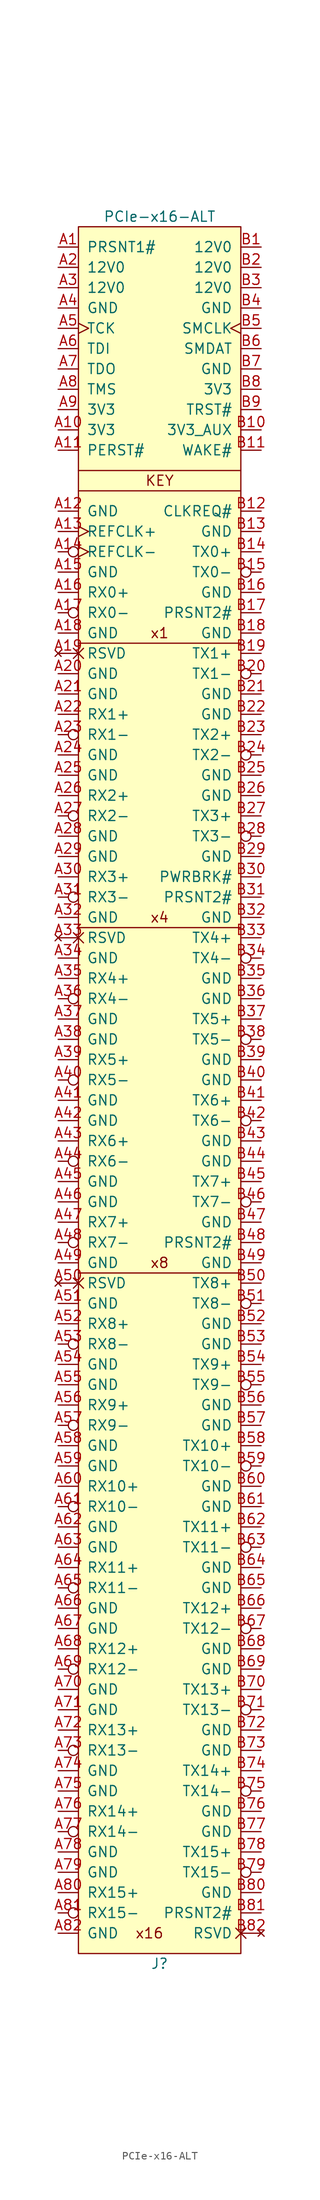
<source format=kicad_sym>
(kicad_symbol_lib
  (version 20201005)
  (generator kicad_symbol_editor)
  (symbol "lethalbit-pcie:PCIe-x16-ALT"
    (pin_names
      (offset 1.016))
    (property "Reference" "J"
      (at 0 -185.42 0)
      (effects (font (size 1.27 1.27))))
    (property "Value" "PCIe-x16-ALT"
      (at 0 33.02 0)
      (effects (font (size 1.27 1.27))))
    (symbol "PCIe-x16-ALT_0_0"
      (text "KEY" (at 0 0 0) (effects (font (size 1.27 1.27))))
      (text "x1" (at 0 -19.05 0) (effects (font (size 1.27 1.27))))
      (text "x16" (at -1.27 -181.61 0) (effects (font (size 1.27 1.27))))
      (text "x4" (at 0 -54.61 0) (effects (font (size 1.27 1.27))))
      (text "x8" (at 0 -97.79 0) (effects (font (size 1.27 1.27))))
      (polyline (pts (xy 10.16 -99.06) (xy -10.16 -99.06)) (stroke (width 0)) (fill (type none)))
      (polyline (pts (xy 10.16 -55.88) (xy -10.16 -55.88)) (stroke (width 0)) (fill (type none)))
      (polyline (pts (xy 10.16 -20.32) (xy -10.16 -20.32)) (stroke (width 0)) (fill (type none)))
      (polyline (pts (xy 10.16 1.27) (xy -10.16 1.27)) (stroke (width 0)) (fill (type none))))
    (symbol "PCIe-x16-ALT_0_1"
      (rectangle (start -10.16 -184.15) (end 10.16 31.75) (stroke (width 0)) (fill (type background)))
      (polyline (pts (xy -10.16 -1.27) (xy 10.16 -1.27)) (stroke (width 0)) (fill (type none))))
    (symbol "PCIe-x16-ALT_1_1"
      (pin passive line (at -12.7 29.21 0) (length 2.54) (name "PRSNT1#" (effects (font (size 1.27 1.27)))) (number "A1" (effects (font (size 1.27 1.27)))))
      (pin power_out line (at -12.7 6.35 0) (length 2.54) (name "3V3" (effects (font (size 1.27 1.27)))) (number "A10" (effects (font (size 1.27 1.27)))))
      (pin input line (at -12.7 3.81 0) (length 2.54) (name "PERST#" (effects (font (size 1.27 1.27)))) (number "A11" (effects (font (size 1.27 1.27)))))
      (pin passive line (at -12.7 -3.81 0) (length 2.54) (name "GND" (effects (font (size 1.27 1.27)))) (number "A12" (effects (font (size 1.27 1.27)))))
      (pin input clock (at -12.7 -6.35 0) (length 2.54) (name "REFCLK+" (effects (font (size 1.27 1.27)))) (number "A13" (effects (font (size 1.27 1.27)))))
      (pin input inverted_clock (at -12.7 -8.89 0) (length 2.54) (name "REFCLK-" (effects (font (size 1.27 1.27)))) (number "A14" (effects (font (size 1.27 1.27)))))
      (pin passive line (at -12.7 -11.43 0) (length 2.54) (name "GND" (effects (font (size 1.27 1.27)))) (number "A15" (effects (font (size 1.27 1.27)))))
      (pin input line (at -12.7 -13.97 0) (length 2.54) (name "RX0+" (effects (font (size 1.27 1.27)))) (number "A16" (effects (font (size 1.27 1.27)))))
      (pin input inverted (at -12.7 -16.51 0) (length 2.54) (name "RX0-" (effects (font (size 1.27 1.27)))) (number "A17" (effects (font (size 1.27 1.27)))))
      (pin passive line (at -12.7 -19.05 0) (length 2.54) (name "GND" (effects (font (size 1.27 1.27)))) (number "A18" (effects (font (size 1.27 1.27)))))
      (pin no_connect non_logic (at -12.7 -21.59 0) (length 2.54) (name "RSVD" (effects (font (size 1.27 1.27)))) (number "A19" (effects (font (size 1.27 1.27)))))
      (pin power_out line (at -12.7 26.67 0) (length 2.54) (name "12V0" (effects (font (size 1.27 1.27)))) (number "A2" (effects (font (size 1.27 1.27)))))
      (pin passive line (at -12.7 -24.13 0) (length 2.54) (name "GND" (effects (font (size 1.27 1.27)))) (number "A20" (effects (font (size 1.27 1.27)))))
      (pin passive line (at -12.7 -26.67 0) (length 2.54) (name "GND" (effects (font (size 1.27 1.27)))) (number "A21" (effects (font (size 1.27 1.27)))))
      (pin input line (at -12.7 -29.21 0) (length 2.54) (name "RX1+" (effects (font (size 1.27 1.27)))) (number "A22" (effects (font (size 1.27 1.27)))))
      (pin input inverted (at -12.7 -31.75 0) (length 2.54) (name "RX1-" (effects (font (size 1.27 1.27)))) (number "A23" (effects (font (size 1.27 1.27)))))
      (pin passive line (at -12.7 -34.29 0) (length 2.54) (name "GND" (effects (font (size 1.27 1.27)))) (number "A24" (effects (font (size 1.27 1.27)))))
      (pin passive line (at -12.7 -36.83 0) (length 2.54) (name "GND" (effects (font (size 1.27 1.27)))) (number "A25" (effects (font (size 1.27 1.27)))))
      (pin input line (at -12.7 -39.37 0) (length 2.54) (name "RX2+" (effects (font (size 1.27 1.27)))) (number "A26" (effects (font (size 1.27 1.27)))))
      (pin input inverted (at -12.7 -41.91 0) (length 2.54) (name "RX2-" (effects (font (size 1.27 1.27)))) (number "A27" (effects (font (size 1.27 1.27)))))
      (pin passive line (at -12.7 -44.45 0) (length 2.54) (name "GND" (effects (font (size 1.27 1.27)))) (number "A28" (effects (font (size 1.27 1.27)))))
      (pin passive line (at -12.7 -46.99 0) (length 2.54) (name "GND" (effects (font (size 1.27 1.27)))) (number "A29" (effects (font (size 1.27 1.27)))))
      (pin power_out line (at -12.7 24.13 0) (length 2.54) (name "12V0" (effects (font (size 1.27 1.27)))) (number "A3" (effects (font (size 1.27 1.27)))))
      (pin input line (at -12.7 -49.53 0) (length 2.54) (name "RX3+" (effects (font (size 1.27 1.27)))) (number "A30" (effects (font (size 1.27 1.27)))))
      (pin input inverted (at -12.7 -52.07 0) (length 2.54) (name "RX3-" (effects (font (size 1.27 1.27)))) (number "A31" (effects (font (size 1.27 1.27)))))
      (pin passive line (at -12.7 -54.61 0) (length 2.54) (name "GND" (effects (font (size 1.27 1.27)))) (number "A32" (effects (font (size 1.27 1.27)))))
      (pin no_connect non_logic (at -12.7 -57.15 0) (length 2.54) (name "RSVD" (effects (font (size 1.27 1.27)))) (number "A33" (effects (font (size 1.27 1.27)))))
      (pin passive line (at -12.7 -59.69 0) (length 2.54) (name "GND" (effects (font (size 1.27 1.27)))) (number "A34" (effects (font (size 1.27 1.27)))))
      (pin input line (at -12.7 -62.23 0) (length 2.54) (name "RX4+" (effects (font (size 1.27 1.27)))) (number "A35" (effects (font (size 1.27 1.27)))))
      (pin input inverted (at -12.7 -64.77 0) (length 2.54) (name "RX4-" (effects (font (size 1.27 1.27)))) (number "A36" (effects (font (size 1.27 1.27)))))
      (pin passive line (at -12.7 -67.31 0) (length 2.54) (name "GND" (effects (font (size 1.27 1.27)))) (number "A37" (effects (font (size 1.27 1.27)))))
      (pin passive line (at -12.7 -69.85 0) (length 2.54) (name "GND" (effects (font (size 1.27 1.27)))) (number "A38" (effects (font (size 1.27 1.27)))))
      (pin input line (at -12.7 -72.39 0) (length 2.54) (name "RX5+" (effects (font (size 1.27 1.27)))) (number "A39" (effects (font (size 1.27 1.27)))))
      (pin passive line (at -12.7 21.59 0) (length 2.54) (name "GND" (effects (font (size 1.27 1.27)))) (number "A4" (effects (font (size 1.27 1.27)))))
      (pin input inverted (at -12.7 -74.93 0) (length 2.54) (name "RX5-" (effects (font (size 1.27 1.27)))) (number "A40" (effects (font (size 1.27 1.27)))))
      (pin passive line (at -12.7 -77.47 0) (length 2.54) (name "GND" (effects (font (size 1.27 1.27)))) (number "A41" (effects (font (size 1.27 1.27)))))
      (pin passive line (at -12.7 -80.01 0) (length 2.54) (name "GND" (effects (font (size 1.27 1.27)))) (number "A42" (effects (font (size 1.27 1.27)))))
      (pin input line (at -12.7 -82.55 0) (length 2.54) (name "RX6+" (effects (font (size 1.27 1.27)))) (number "A43" (effects (font (size 1.27 1.27)))))
      (pin input inverted (at -12.7 -85.09 0) (length 2.54) (name "RX6-" (effects (font (size 1.27 1.27)))) (number "A44" (effects (font (size 1.27 1.27)))))
      (pin passive line (at -12.7 -87.63 0) (length 2.54) (name "GND" (effects (font (size 1.27 1.27)))) (number "A45" (effects (font (size 1.27 1.27)))))
      (pin passive line (at -12.7 -90.17 0) (length 2.54) (name "GND" (effects (font (size 1.27 1.27)))) (number "A46" (effects (font (size 1.27 1.27)))))
      (pin input line (at -12.7 -92.71 0) (length 2.54) (name "RX7+" (effects (font (size 1.27 1.27)))) (number "A47" (effects (font (size 1.27 1.27)))))
      (pin input inverted (at -12.7 -95.25 0) (length 2.54) (name "RX7-" (effects (font (size 1.27 1.27)))) (number "A48" (effects (font (size 1.27 1.27)))))
      (pin passive line (at -12.7 -97.79 0) (length 2.54) (name "GND" (effects (font (size 1.27 1.27)))) (number "A49" (effects (font (size 1.27 1.27)))))
      (pin input clock (at -12.7 19.05 0) (length 2.54) (name "TCK" (effects (font (size 1.27 1.27)))) (number "A5" (effects (font (size 1.27 1.27)))))
      (pin no_connect non_logic (at -12.7 -100.33 0) (length 2.54) (name "RSVD" (effects (font (size 1.27 1.27)))) (number "A50" (effects (font (size 1.27 1.27)))))
      (pin passive line (at -12.7 -102.87 0) (length 2.54) (name "GND" (effects (font (size 1.27 1.27)))) (number "A51" (effects (font (size 1.27 1.27)))))
      (pin input line (at -12.7 -105.41 0) (length 2.54) (name "RX8+" (effects (font (size 1.27 1.27)))) (number "A52" (effects (font (size 1.27 1.27)))))
      (pin input inverted (at -12.7 -107.95 0) (length 2.54) (name "RX8-" (effects (font (size 1.27 1.27)))) (number "A53" (effects (font (size 1.27 1.27)))))
      (pin passive line (at -12.7 -110.49 0) (length 2.54) (name "GND" (effects (font (size 1.27 1.27)))) (number "A54" (effects (font (size 1.27 1.27)))))
      (pin passive line (at -12.7 -113.03 0) (length 2.54) (name "GND" (effects (font (size 1.27 1.27)))) (number "A55" (effects (font (size 1.27 1.27)))))
      (pin input line (at -12.7 -115.57 0) (length 2.54) (name "RX9+" (effects (font (size 1.27 1.27)))) (number "A56" (effects (font (size 1.27 1.27)))))
      (pin input inverted (at -12.7 -118.11 0) (length 2.54) (name "RX9-" (effects (font (size 1.27 1.27)))) (number "A57" (effects (font (size 1.27 1.27)))))
      (pin passive line (at -12.7 -120.65 0) (length 2.54) (name "GND" (effects (font (size 1.27 1.27)))) (number "A58" (effects (font (size 1.27 1.27)))))
      (pin passive line (at -12.7 -123.19 0) (length 2.54) (name "GND" (effects (font (size 1.27 1.27)))) (number "A59" (effects (font (size 1.27 1.27)))))
      (pin input line (at -12.7 16.51 0) (length 2.54) (name "TDI" (effects (font (size 1.27 1.27)))) (number "A6" (effects (font (size 1.27 1.27)))))
      (pin input line (at -12.7 -125.73 0) (length 2.54) (name "RX10+" (effects (font (size 1.27 1.27)))) (number "A60" (effects (font (size 1.27 1.27)))))
      (pin input inverted (at -12.7 -128.27 0) (length 2.54) (name "RX10-" (effects (font (size 1.27 1.27)))) (number "A61" (effects (font (size 1.27 1.27)))))
      (pin passive line (at -12.7 -130.81 0) (length 2.54) (name "GND" (effects (font (size 1.27 1.27)))) (number "A62" (effects (font (size 1.27 1.27)))))
      (pin passive line (at -12.7 -133.35 0) (length 2.54) (name "GND" (effects (font (size 1.27 1.27)))) (number "A63" (effects (font (size 1.27 1.27)))))
      (pin input line (at -12.7 -135.89 0) (length 2.54) (name "RX11+" (effects (font (size 1.27 1.27)))) (number "A64" (effects (font (size 1.27 1.27)))))
      (pin input inverted (at -12.7 -138.43 0) (length 2.54) (name "RX11-" (effects (font (size 1.27 1.27)))) (number "A65" (effects (font (size 1.27 1.27)))))
      (pin passive line (at -12.7 -140.97 0) (length 2.54) (name "GND" (effects (font (size 1.27 1.27)))) (number "A66" (effects (font (size 1.27 1.27)))))
      (pin passive line (at -12.7 -143.51 0) (length 2.54) (name "GND" (effects (font (size 1.27 1.27)))) (number "A67" (effects (font (size 1.27 1.27)))))
      (pin input line (at -12.7 -146.05 0) (length 2.54) (name "RX12+" (effects (font (size 1.27 1.27)))) (number "A68" (effects (font (size 1.27 1.27)))))
      (pin input inverted (at -12.7 -148.59 0) (length 2.54) (name "RX12-" (effects (font (size 1.27 1.27)))) (number "A69" (effects (font (size 1.27 1.27)))))
      (pin output line (at -12.7 13.97 0) (length 2.54) (name "TDO" (effects (font (size 1.27 1.27)))) (number "A7" (effects (font (size 1.27 1.27)))))
      (pin passive line (at -12.7 -151.13 0) (length 2.54) (name "GND" (effects (font (size 1.27 1.27)))) (number "A70" (effects (font (size 1.27 1.27)))))
      (pin passive line (at -12.7 -153.67 0) (length 2.54) (name "GND" (effects (font (size 1.27 1.27)))) (number "A71" (effects (font (size 1.27 1.27)))))
      (pin input line (at -12.7 -156.21 0) (length 2.54) (name "RX13+" (effects (font (size 1.27 1.27)))) (number "A72" (effects (font (size 1.27 1.27)))))
      (pin input inverted (at -12.7 -158.75 0) (length 2.54) (name "RX13-" (effects (font (size 1.27 1.27)))) (number "A73" (effects (font (size 1.27 1.27)))))
      (pin passive line (at -12.7 -161.29 0) (length 2.54) (name "GND" (effects (font (size 1.27 1.27)))) (number "A74" (effects (font (size 1.27 1.27)))))
      (pin passive line (at -12.7 -163.83 0) (length 2.54) (name "GND" (effects (font (size 1.27 1.27)))) (number "A75" (effects (font (size 1.27 1.27)))))
      (pin input line (at -12.7 -166.37 0) (length 2.54) (name "RX14+" (effects (font (size 1.27 1.27)))) (number "A76" (effects (font (size 1.27 1.27)))))
      (pin input inverted (at -12.7 -168.91 0) (length 2.54) (name "RX14-" (effects (font (size 1.27 1.27)))) (number "A77" (effects (font (size 1.27 1.27)))))
      (pin passive line (at -12.7 -171.45 0) (length 2.54) (name "GND" (effects (font (size 1.27 1.27)))) (number "A78" (effects (font (size 1.27 1.27)))))
      (pin passive line (at -12.7 -173.99 0) (length 2.54) (name "GND" (effects (font (size 1.27 1.27)))) (number "A79" (effects (font (size 1.27 1.27)))))
      (pin input line (at -12.7 11.43 0) (length 2.54) (name "TMS" (effects (font (size 1.27 1.27)))) (number "A8" (effects (font (size 1.27 1.27)))))
      (pin input line (at -12.7 -176.53 0) (length 2.54) (name "RX15+" (effects (font (size 1.27 1.27)))) (number "A80" (effects (font (size 1.27 1.27)))))
      (pin input inverted (at -12.7 -179.07 0) (length 2.54) (name "RX15-" (effects (font (size 1.27 1.27)))) (number "A81" (effects (font (size 1.27 1.27)))))
      (pin passive line (at -12.7 -181.61 0) (length 2.54) (name "GND" (effects (font (size 1.27 1.27)))) (number "A82" (effects (font (size 1.27 1.27)))))
      (pin power_out line (at -12.7 8.89 0) (length 2.54) (name "3V3" (effects (font (size 1.27 1.27)))) (number "A9" (effects (font (size 1.27 1.27)))))
      (pin power_out line (at 12.7 29.21 180) (length 2.54) (name "12V0" (effects (font (size 1.27 1.27)))) (number "B1" (effects (font (size 1.27 1.27)))))
      (pin power_out line (at 12.7 6.35 180) (length 2.54) (name "3V3_AUX" (effects (font (size 1.27 1.27)))) (number "B10" (effects (font (size 1.27 1.27)))))
      (pin open_emitter line (at 12.7 3.81 180) (length 2.54) (name "WAKE#" (effects (font (size 1.27 1.27)))) (number "B11" (effects (font (size 1.27 1.27)))))
      (pin open_emitter line (at 12.7 -3.81 180) (length 2.54) (name "CLKREQ#" (effects (font (size 1.27 1.27)))) (number "B12" (effects (font (size 1.27 1.27)))))
      (pin passive line (at 12.7 -6.35 180) (length 2.54) (name "GND" (effects (font (size 1.27 1.27)))) (number "B13" (effects (font (size 1.27 1.27)))))
      (pin output line (at 12.7 -8.89 180) (length 2.54) (name "TX0+" (effects (font (size 1.27 1.27)))) (number "B14" (effects (font (size 1.27 1.27)))))
      (pin output inverted (at 12.7 -11.43 180) (length 2.54) (name "TX0-" (effects (font (size 1.27 1.27)))) (number "B15" (effects (font (size 1.27 1.27)))))
      (pin passive line (at 12.7 -13.97 180) (length 2.54) (name "GND" (effects (font (size 1.27 1.27)))) (number "B16" (effects (font (size 1.27 1.27)))))
      (pin passive line (at 12.7 -16.51 180) (length 2.54) (name "PRSNT2#" (effects (font (size 1.27 1.27)))) (number "B17" (effects (font (size 1.27 1.27)))))
      (pin passive line (at 12.7 -19.05 180) (length 2.54) (name "GND" (effects (font (size 1.27 1.27)))) (number "B18" (effects (font (size 1.27 1.27)))))
      (pin output line (at 12.7 -21.59 180) (length 2.54) (name "TX1+" (effects (font (size 1.27 1.27)))) (number "B19" (effects (font (size 1.27 1.27)))))
      (pin power_out line (at 12.7 26.67 180) (length 2.54) (name "12V0" (effects (font (size 1.27 1.27)))) (number "B2" (effects (font (size 1.27 1.27)))))
      (pin output inverted (at 12.7 -24.13 180) (length 2.54) (name "TX1-" (effects (font (size 1.27 1.27)))) (number "B20" (effects (font (size 1.27 1.27)))))
      (pin passive line (at 12.7 -26.67 180) (length 2.54) (name "GND" (effects (font (size 1.27 1.27)))) (number "B21" (effects (font (size 1.27 1.27)))))
      (pin passive line (at 12.7 -29.21 180) (length 2.54) (name "GND" (effects (font (size 1.27 1.27)))) (number "B22" (effects (font (size 1.27 1.27)))))
      (pin output line (at 12.7 -31.75 180) (length 2.54) (name "TX2+" (effects (font (size 1.27 1.27)))) (number "B23" (effects (font (size 1.27 1.27)))))
      (pin output inverted (at 12.7 -34.29 180) (length 2.54) (name "TX2-" (effects (font (size 1.27 1.27)))) (number "B24" (effects (font (size 1.27 1.27)))))
      (pin passive line (at 12.7 -36.83 180) (length 2.54) (name "GND" (effects (font (size 1.27 1.27)))) (number "B25" (effects (font (size 1.27 1.27)))))
      (pin passive line (at 12.7 -39.37 180) (length 2.54) (name "GND" (effects (font (size 1.27 1.27)))) (number "B26" (effects (font (size 1.27 1.27)))))
      (pin output line (at 12.7 -41.91 180) (length 2.54) (name "TX3+" (effects (font (size 1.27 1.27)))) (number "B27" (effects (font (size 1.27 1.27)))))
      (pin output inverted (at 12.7 -44.45 180) (length 2.54) (name "TX3-" (effects (font (size 1.27 1.27)))) (number "B28" (effects (font (size 1.27 1.27)))))
      (pin passive line (at 12.7 -46.99 180) (length 2.54) (name "GND" (effects (font (size 1.27 1.27)))) (number "B29" (effects (font (size 1.27 1.27)))))
      (pin power_out line (at 12.7 24.13 180) (length 2.54) (name "12V0" (effects (font (size 1.27 1.27)))) (number "B3" (effects (font (size 1.27 1.27)))))
      (pin open_emitter line (at 12.7 -49.53 180) (length 2.54) (name "PWRBRK#" (effects (font (size 1.27 1.27)))) (number "B30" (effects (font (size 1.27 1.27)))))
      (pin passive line (at 12.7 -52.07 180) (length 2.54) (name "PRSNT2#" (effects (font (size 1.27 1.27)))) (number "B31" (effects (font (size 1.27 1.27)))))
      (pin passive line (at 12.7 -54.61 180) (length 2.54) (name "GND" (effects (font (size 1.27 1.27)))) (number "B32" (effects (font (size 1.27 1.27)))))
      (pin output line (at 12.7 -57.15 180) (length 2.54) (name "TX4+" (effects (font (size 1.27 1.27)))) (number "B33" (effects (font (size 1.27 1.27)))))
      (pin output inverted (at 12.7 -59.69 180) (length 2.54) (name "TX4-" (effects (font (size 1.27 1.27)))) (number "B34" (effects (font (size 1.27 1.27)))))
      (pin passive line (at 12.7 -62.23 180) (length 2.54) (name "GND" (effects (font (size 1.27 1.27)))) (number "B35" (effects (font (size 1.27 1.27)))))
      (pin passive line (at 12.7 -64.77 180) (length 2.54) (name "GND" (effects (font (size 1.27 1.27)))) (number "B36" (effects (font (size 1.27 1.27)))))
      (pin output line (at 12.7 -67.31 180) (length 2.54) (name "TX5+" (effects (font (size 1.27 1.27)))) (number "B37" (effects (font (size 1.27 1.27)))))
      (pin output inverted (at 12.7 -69.85 180) (length 2.54) (name "TX5-" (effects (font (size 1.27 1.27)))) (number "B38" (effects (font (size 1.27 1.27)))))
      (pin passive line (at 12.7 -72.39 180) (length 2.54) (name "GND" (effects (font (size 1.27 1.27)))) (number "B39" (effects (font (size 1.27 1.27)))))
      (pin passive line (at 12.7 21.59 180) (length 2.54) (name "GND" (effects (font (size 1.27 1.27)))) (number "B4" (effects (font (size 1.27 1.27)))))
      (pin passive line (at 12.7 -74.93 180) (length 2.54) (name "GND" (effects (font (size 1.27 1.27)))) (number "B40" (effects (font (size 1.27 1.27)))))
      (pin output line (at 12.7 -77.47 180) (length 2.54) (name "TX6+" (effects (font (size 1.27 1.27)))) (number "B41" (effects (font (size 1.27 1.27)))))
      (pin output inverted (at 12.7 -80.01 180) (length 2.54) (name "TX6-" (effects (font (size 1.27 1.27)))) (number "B42" (effects (font (size 1.27 1.27)))))
      (pin passive line (at 12.7 -82.55 180) (length 2.54) (name "GND" (effects (font (size 1.27 1.27)))) (number "B43" (effects (font (size 1.27 1.27)))))
      (pin passive line (at 12.7 -85.09 180) (length 2.54) (name "GND" (effects (font (size 1.27 1.27)))) (number "B44" (effects (font (size 1.27 1.27)))))
      (pin output line (at 12.7 -87.63 180) (length 2.54) (name "TX7+" (effects (font (size 1.27 1.27)))) (number "B45" (effects (font (size 1.27 1.27)))))
      (pin output inverted (at 12.7 -90.17 180) (length 2.54) (name "TX7-" (effects (font (size 1.27 1.27)))) (number "B46" (effects (font (size 1.27 1.27)))))
      (pin passive line (at 12.7 -92.71 180) (length 2.54) (name "GND" (effects (font (size 1.27 1.27)))) (number "B47" (effects (font (size 1.27 1.27)))))
      (pin passive line (at 12.7 -95.25 180) (length 2.54) (name "PRSNT2#" (effects (font (size 1.27 1.27)))) (number "B48" (effects (font (size 1.27 1.27)))))
      (pin passive line (at 12.7 -97.79 180) (length 2.54) (name "GND" (effects (font (size 1.27 1.27)))) (number "B49" (effects (font (size 1.27 1.27)))))
      (pin open_emitter clock (at 12.7 19.05 180) (length 2.54) (name "SMCLK" (effects (font (size 1.27 1.27)))) (number "B5" (effects (font (size 1.27 1.27)))))
      (pin output line (at 12.7 -100.33 180) (length 2.54) (name "TX8+" (effects (font (size 1.27 1.27)))) (number "B50" (effects (font (size 1.27 1.27)))))
      (pin output inverted (at 12.7 -102.87 180) (length 2.54) (name "TX8-" (effects (font (size 1.27 1.27)))) (number "B51" (effects (font (size 1.27 1.27)))))
      (pin passive line (at 12.7 -105.41 180) (length 2.54) (name "GND" (effects (font (size 1.27 1.27)))) (number "B52" (effects (font (size 1.27 1.27)))))
      (pin passive line (at 12.7 -107.95 180) (length 2.54) (name "GND" (effects (font (size 1.27 1.27)))) (number "B53" (effects (font (size 1.27 1.27)))))
      (pin output line (at 12.7 -110.49 180) (length 2.54) (name "TX9+" (effects (font (size 1.27 1.27)))) (number "B54" (effects (font (size 1.27 1.27)))))
      (pin output inverted (at 12.7 -113.03 180) (length 2.54) (name "TX9-" (effects (font (size 1.27 1.27)))) (number "B55" (effects (font (size 1.27 1.27)))))
      (pin passive line (at 12.7 -115.57 180) (length 2.54) (name "GND" (effects (font (size 1.27 1.27)))) (number "B56" (effects (font (size 1.27 1.27)))))
      (pin passive line (at 12.7 -118.11 180) (length 2.54) (name "GND" (effects (font (size 1.27 1.27)))) (number "B57" (effects (font (size 1.27 1.27)))))
      (pin output line (at 12.7 -120.65 180) (length 2.54) (name "TX10+" (effects (font (size 1.27 1.27)))) (number "B58" (effects (font (size 1.27 1.27)))))
      (pin output inverted (at 12.7 -123.19 180) (length 2.54) (name "TX10-" (effects (font (size 1.27 1.27)))) (number "B59" (effects (font (size 1.27 1.27)))))
      (pin open_emitter line (at 12.7 16.51 180) (length 2.54) (name "SMDAT" (effects (font (size 1.27 1.27)))) (number "B6" (effects (font (size 1.27 1.27)))))
      (pin passive line (at 12.7 -125.73 180) (length 2.54) (name "GND" (effects (font (size 1.27 1.27)))) (number "B60" (effects (font (size 1.27 1.27)))))
      (pin passive line (at 12.7 -128.27 180) (length 2.54) (name "GND" (effects (font (size 1.27 1.27)))) (number "B61" (effects (font (size 1.27 1.27)))))
      (pin output line (at 12.7 -130.81 180) (length 2.54) (name "TX11+" (effects (font (size 1.27 1.27)))) (number "B62" (effects (font (size 1.27 1.27)))))
      (pin output inverted (at 12.7 -133.35 180) (length 2.54) (name "TX11-" (effects (font (size 1.27 1.27)))) (number "B63" (effects (font (size 1.27 1.27)))))
      (pin passive line (at 12.7 -135.89 180) (length 2.54) (name "GND" (effects (font (size 1.27 1.27)))) (number "B64" (effects (font (size 1.27 1.27)))))
      (pin passive line (at 12.7 -138.43 180) (length 2.54) (name "GND" (effects (font (size 1.27 1.27)))) (number "B65" (effects (font (size 1.27 1.27)))))
      (pin output line (at 12.7 -140.97 180) (length 2.54) (name "TX12+" (effects (font (size 1.27 1.27)))) (number "B66" (effects (font (size 1.27 1.27)))))
      (pin output inverted (at 12.7 -143.51 180) (length 2.54) (name "TX12-" (effects (font (size 1.27 1.27)))) (number "B67" (effects (font (size 1.27 1.27)))))
      (pin passive line (at 12.7 -146.05 180) (length 2.54) (name "GND" (effects (font (size 1.27 1.27)))) (number "B68" (effects (font (size 1.27 1.27)))))
      (pin passive line (at 12.7 -148.59 180) (length 2.54) (name "GND" (effects (font (size 1.27 1.27)))) (number "B69" (effects (font (size 1.27 1.27)))))
      (pin passive line (at 12.7 13.97 180) (length 2.54) (name "GND" (effects (font (size 1.27 1.27)))) (number "B7" (effects (font (size 1.27 1.27)))))
      (pin output line (at 12.7 -151.13 180) (length 2.54) (name "TX13+" (effects (font (size 1.27 1.27)))) (number "B70" (effects (font (size 1.27 1.27)))))
      (pin output inverted (at 12.7 -153.67 180) (length 2.54) (name "TX13-" (effects (font (size 1.27 1.27)))) (number "B71" (effects (font (size 1.27 1.27)))))
      (pin passive line (at 12.7 -156.21 180) (length 2.54) (name "GND" (effects (font (size 1.27 1.27)))) (number "B72" (effects (font (size 1.27 1.27)))))
      (pin passive line (at 12.7 -158.75 180) (length 2.54) (name "GND" (effects (font (size 1.27 1.27)))) (number "B73" (effects (font (size 1.27 1.27)))))
      (pin output line (at 12.7 -161.29 180) (length 2.54) (name "TX14+" (effects (font (size 1.27 1.27)))) (number "B74" (effects (font (size 1.27 1.27)))))
      (pin output inverted (at 12.7 -163.83 180) (length 2.54) (name "TX14-" (effects (font (size 1.27 1.27)))) (number "B75" (effects (font (size 1.27 1.27)))))
      (pin passive line (at 12.7 -166.37 180) (length 2.54) (name "GND" (effects (font (size 1.27 1.27)))) (number "B76" (effects (font (size 1.27 1.27)))))
      (pin passive line (at 12.7 -168.91 180) (length 2.54) (name "GND" (effects (font (size 1.27 1.27)))) (number "B77" (effects (font (size 1.27 1.27)))))
      (pin output line (at 12.7 -171.45 180) (length 2.54) (name "TX15+" (effects (font (size 1.27 1.27)))) (number "B78" (effects (font (size 1.27 1.27)))))
      (pin output inverted (at 12.7 -173.99 180) (length 2.54) (name "TX15-" (effects (font (size 1.27 1.27)))) (number "B79" (effects (font (size 1.27 1.27)))))
      (pin power_out line (at 12.7 11.43 180) (length 2.54) (name "3V3" (effects (font (size 1.27 1.27)))) (number "B8" (effects (font (size 1.27 1.27)))))
      (pin passive line (at 12.7 -176.53 180) (length 2.54) (name "GND" (effects (font (size 1.27 1.27)))) (number "B80" (effects (font (size 1.27 1.27)))))
      (pin passive line (at 12.7 -179.07 180) (length 2.54) (name "PRSNT2#" (effects (font (size 1.27 1.27)))) (number "B81" (effects (font (size 1.27 1.27)))))
      (pin no_connect non_logic (at 12.7 -181.61 180) (length 2.54) (name "RSVD" (effects (font (size 1.27 1.27)))) (number "B82" (effects (font (size 1.27 1.27)))))
      (pin input line (at 12.7 8.89 180) (length 2.54) (name "TRST#" (effects (font (size 1.27 1.27)))) (number "B9" (effects (font (size 1.27 1.27)))))
      (pin passive line (at 12.7 21.59 180) (length 2.54) hide (name "GND" (effects (font (size 1.27 1.27)))) (number "G1" (effects (font (size 1.27 1.27)))))
      (pin passive line (at 12.7 21.59 180) (length 2.54) hide (name "GND" (effects (font (size 1.27 1.27)))) (number "G2" (effects (font (size 1.27 1.27))))))))
</source>
